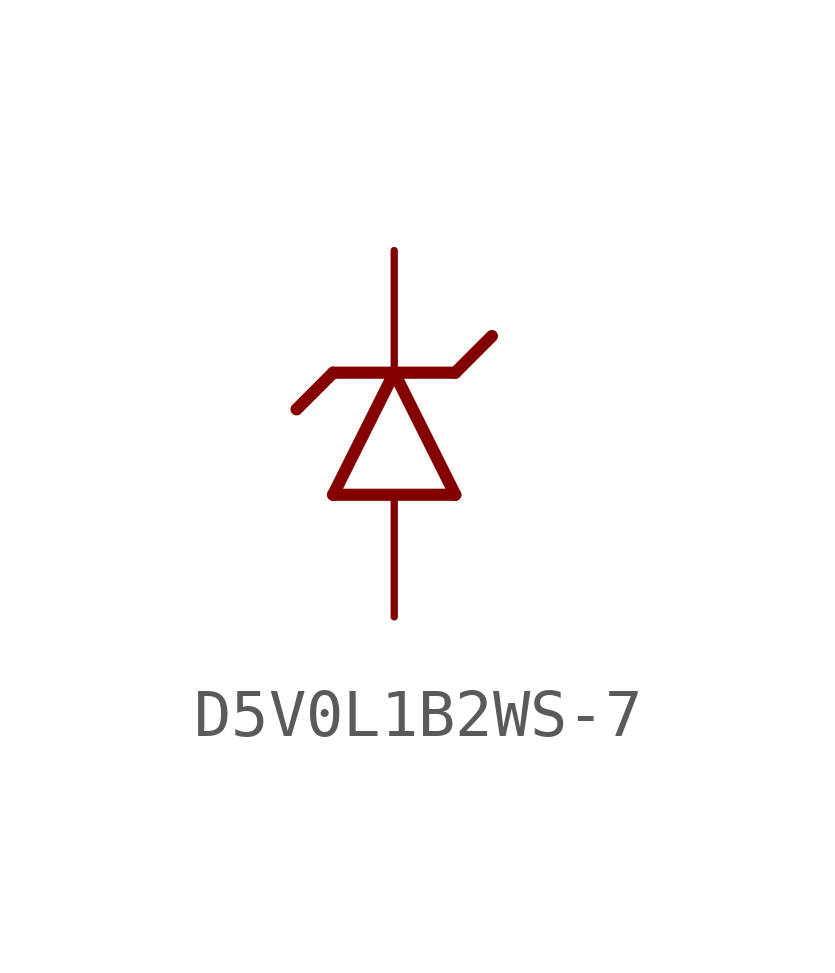
<source format=kicad_sym>
(kicad_symbol_lib
  (version 20220914)
  (generator kicad_symbol_editor)
  (symbol "D5V0L1B2WS-7"
    (property "Reference" ""
      (at 2.54 0 0)
      (effects (font (size 1.778 1.511)) (justify left bottom) hide))
    (property "Value" ""
      (at 2.54 -2.54 0)
      (effects (font (size 1.778 1.511)) (justify left bottom)))
    (property "ki_locked" ""
      (at 0 0 0)
      (effects (font (size 1.27 1.27))))
    (symbol "D5V0L1B2WS-7_1_0"
      (polyline (pts (xy -1.27 -2.54) (xy 1.27 -2.54)) (stroke (width 0.254) (type solid)) (fill (type none)))
      (polyline (pts (xy -1.27 0) (xy -2.032 -0.762)) (stroke (width 0.254) (type solid)) (fill (type none)))
      (polyline (pts (xy 0 0) (xy -1.27 -2.54)) (stroke (width 0.254) (type solid)) (fill (type none)))
      (polyline (pts (xy 0 0) (xy -1.27 0)) (stroke (width 0.254) (type solid)) (fill (type none)))
      (polyline (pts (xy 1.27 -2.54) (xy 0 0)) (stroke (width 0.254) (type solid)) (fill (type none)))
      (polyline (pts (xy 1.27 0) (xy 0 0)) (stroke (width 0.254) (type solid)) (fill (type none)))
      (polyline (pts (xy 2.032 0.762) (xy 1.27 0)) (stroke (width 0.254) (type solid)) (fill (type none)))
      (pin passive line (at 0 -5.08 90) (length 2.54) (name "A" (effects (font (size 0 0)))) (number "A" (effects (font (size 0 0)))))
      (pin passive line (at 0 2.54 270) (length 2.54) (name "C" (effects (font (size 0 0)))) (number "C" (effects (font (size 0 0))))))))
</source>
